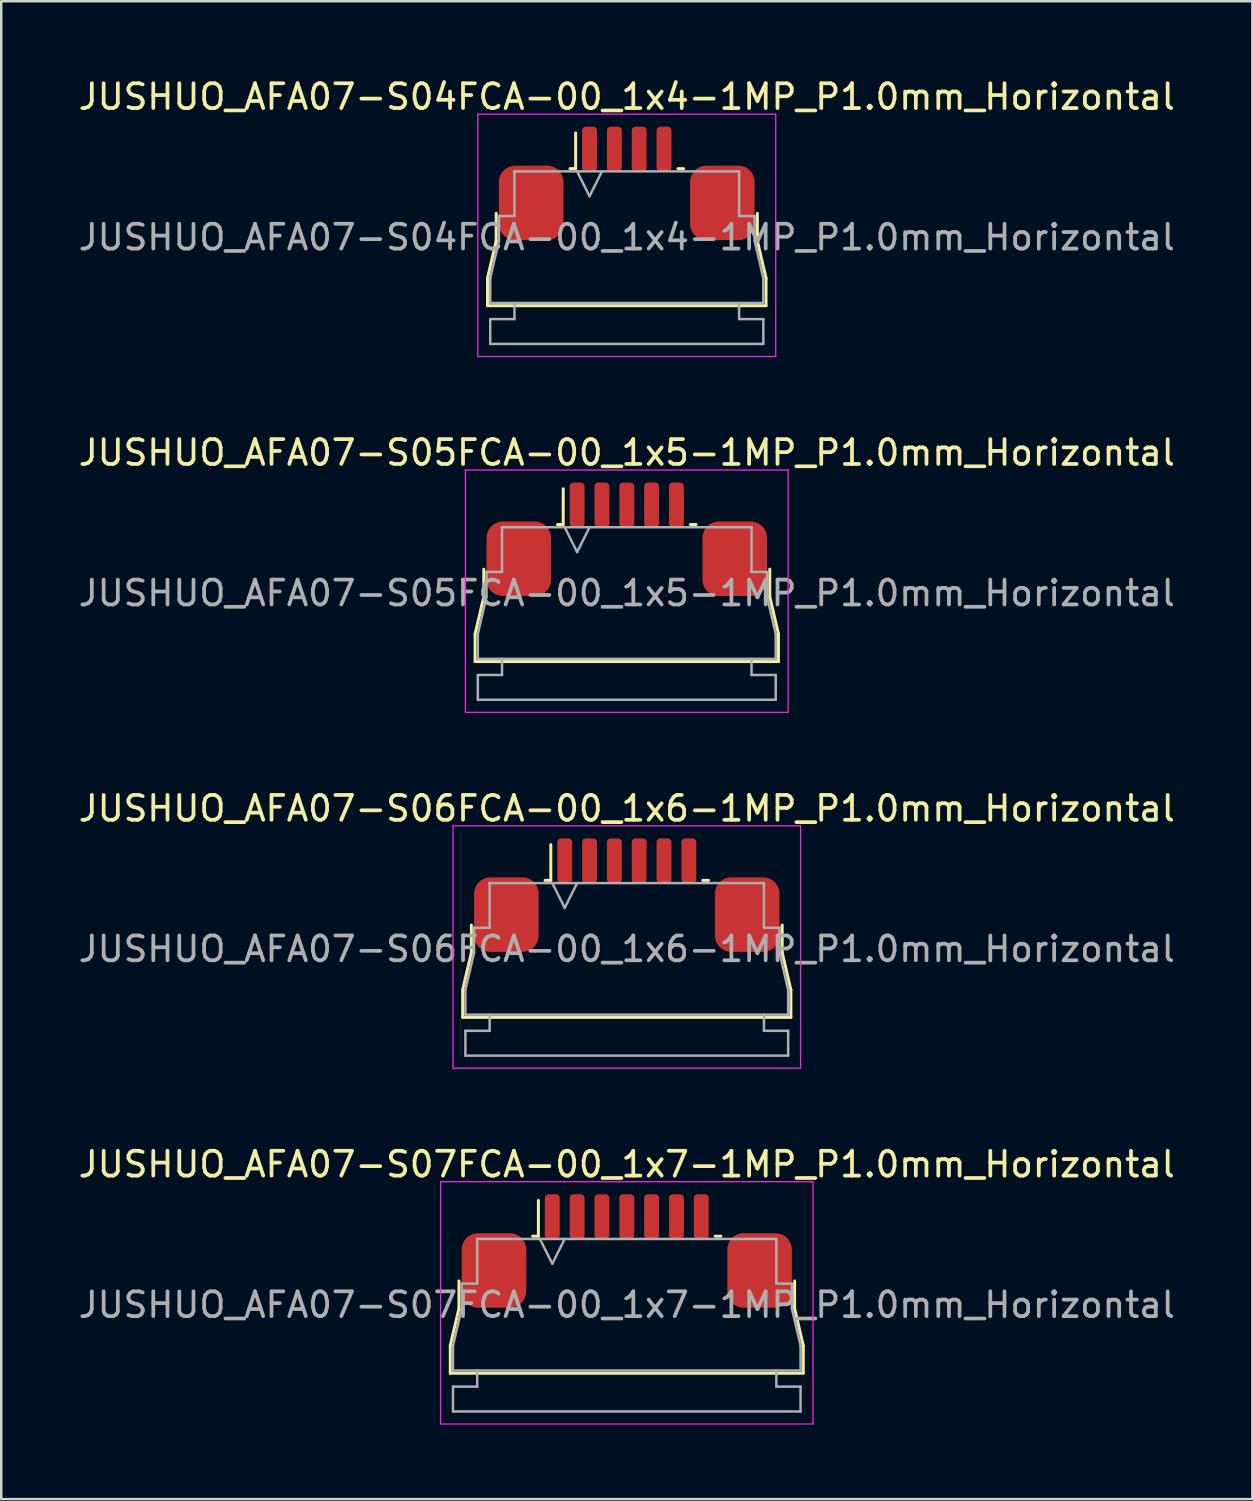
<source format=kicad_pcb>
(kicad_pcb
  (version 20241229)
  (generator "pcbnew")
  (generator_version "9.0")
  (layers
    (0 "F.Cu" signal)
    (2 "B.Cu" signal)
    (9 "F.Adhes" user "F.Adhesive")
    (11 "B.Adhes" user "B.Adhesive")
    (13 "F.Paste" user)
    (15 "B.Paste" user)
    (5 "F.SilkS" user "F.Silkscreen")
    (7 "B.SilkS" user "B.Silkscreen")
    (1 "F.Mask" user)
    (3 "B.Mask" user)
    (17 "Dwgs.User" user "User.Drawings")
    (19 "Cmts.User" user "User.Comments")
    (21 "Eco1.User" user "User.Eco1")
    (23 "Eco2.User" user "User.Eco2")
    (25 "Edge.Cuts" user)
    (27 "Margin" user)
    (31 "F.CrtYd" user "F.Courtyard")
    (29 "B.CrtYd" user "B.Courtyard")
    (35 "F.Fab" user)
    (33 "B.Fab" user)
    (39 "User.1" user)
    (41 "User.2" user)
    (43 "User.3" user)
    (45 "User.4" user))
  (footprint "JUSHUO_AFA07-S07FCA-00_1x7-1MP_P1.0mm_Horizontal"
    (layer "F.Cu")
    (at 22.196 49.328)
    (property "Reference" "JUSHUO_AFA07-S07FCA-00_1x7-1MP_P1.0mm_Horizontal" (at 0 -5.48 0) (layer "F.SilkS") (effects (font (size 1 1) (thickness 0.15))))
    (attr smd)
    (fp_line (start -7.11 1.825) (end -6.76 0.325) (stroke (width 0.12) (type solid)) (layer "F.SilkS"))
    (fp_line (start -7.11 2.935) (end -7.11 1.825) (stroke (width 0.12) (type solid)) (layer "F.SilkS"))
    (fp_line (start -6.76 0.325) (end -6.76 -0.785) (stroke (width 0.12) (type solid)) (layer "F.SilkS"))
    (fp_line (start -3.79 -2.585) (end -3.56 -2.585) (stroke (width 0.12) (type solid)) (layer "F.SilkS"))
    (fp_line (start -3.56 -2.585) (end -3.56 -4.025) (stroke (width 0.12) (type solid)) (layer "F.SilkS"))
    (fp_line (start 3.56 -2.585) (end 3.79 -2.585) (stroke (width 0.12) (type solid)) (layer "F.SilkS"))
    (fp_line (start 6.76 -0.785) (end 6.76 0.325) (stroke (width 0.12) (type solid)) (layer "F.SilkS"))
    (fp_line (start 6.76 0.325) (end 7.11 1.825) (stroke (width 0.12) (type solid)) (layer "F.SilkS"))
    (fp_line (start 7.11 1.825) (end 7.11 2.935) (stroke (width 0.12) (type solid)) (layer "F.SilkS"))
    (fp_line (start 7.11 2.935) (end -7.11 2.935) (stroke (width 0.12) (type solid)) (layer "F.SilkS"))
    (fp_line (start -7.5 -4.78) (end -7.5 4.98) (stroke (width 0.05) (type solid)) (layer "F.CrtYd"))
    (fp_line (start -7.5 4.98) (end 7.5 4.98) (stroke (width 0.05) (type solid)) (layer "F.CrtYd"))
    (fp_line (start 7.5 -4.78) (end -7.5 -4.78) (stroke (width 0.05) (type solid)) (layer "F.CrtYd"))
    (fp_line (start 7.5 4.98) (end 7.5 -4.78) (stroke (width 0.05) (type solid)) (layer "F.CrtYd"))
    (fp_line (start -7 1.825) (end -7 1.825) (stroke (width 0.1) (type solid)) (layer "F.Fab"))
    (fp_line (start -7 1.825) (end -6.65 0.325) (stroke (width 0.1) (type solid)) (layer "F.Fab"))
    (fp_line (start -7 2.825) (end -7 1.825) (stroke (width 0.1) (type solid)) (layer "F.Fab"))
    (fp_line (start -7 3.475) (end -6.025 3.475) (stroke (width 0.1) (type solid)) (layer "F.Fab"))
    (fp_line (start -7 4.475) (end -7 3.475) (stroke (width 0.1) (type solid)) (layer "F.Fab"))
    (fp_line (start -6.65 -0.675) (end -6.025 -0.675) (stroke (width 0.1) (type solid)) (layer "F.Fab"))
    (fp_line (start -6.65 0.325) (end -6.65 -0.675) (stroke (width 0.1) (type solid)) (layer "F.Fab"))
    (fp_line (start -6.025 -2.475) (end -6.025 -2.475) (stroke (width 0.1) (type solid)) (layer "F.Fab"))
    (fp_line (start -6.025 -2.475) (end 6.025 -2.475) (stroke (width 0.1) (type solid)) (layer "F.Fab"))
    (fp_line (start -6.025 -0.675) (end -6.025 -2.475) (stroke (width 0.1) (type solid)) (layer "F.Fab"))
    (fp_line (start -6.025 3.475) (end -6.025 2.825) (stroke (width 0.1) (type solid)) (layer "F.Fab"))
    (fp_line (start -3.5 -2.475) (end -3 -1.475) (stroke (width 0.1) (type solid)) (layer "F.Fab"))
    (fp_line (start -3 -1.475) (end -2.5 -2.475) (stroke (width 0.1) (type solid)) (layer "F.Fab"))
    (fp_line (start 6.025 -2.475) (end 6.025 -0.675) (stroke (width 0.1) (type solid)) (layer "F.Fab"))
    (fp_line (start 6.025 -0.675) (end 6.65 -0.675) (stroke (width 0.1) (type solid)) (layer "F.Fab"))
    (fp_line (start 6.025 2.825) (end 6.025 3.475) (stroke (width 0.1) (type solid)) (layer "F.Fab"))
    (fp_line (start 6.025 3.475) (end 7 3.475) (stroke (width 0.1) (type solid)) (layer "F.Fab"))
    (fp_line (start 6.65 -0.675) (end 6.65 0.325) (stroke (width 0.1) (type solid)) (layer "F.Fab"))
    (fp_line (start 6.65 0.325) (end 7 1.825) (stroke (width 0.1) (type solid)) (layer "F.Fab"))
    (fp_line (start 7 1.825) (end 7 2.825) (stroke (width 0.1) (type solid)) (layer "F.Fab"))
    (fp_line (start 7 2.825) (end -7 2.825) (stroke (width 0.1) (type solid)) (layer "F.Fab"))
    (fp_line (start 7 3.475) (end 7 4.475) (stroke (width 0.1) (type solid)) (layer "F.Fab"))
    (fp_line (start 7 4.475) (end -7 4.475) (stroke (width 0.1) (type solid)) (layer "F.Fab"))
    (fp_text user "${REFERENCE}" (at 0 0.18 0) (layer "F.Fab") (effects (font (size 1 1) (thickness 0.15))))
    (pad "1" smd roundrect (at -3 -3.375) (size 0.6 1.8) (layers "F.Cu" "F.Mask" "F.Paste") (roundrect_rratio 0.25))
    (pad "2" smd roundrect (at -2 -3.375) (size 0.6 1.8) (layers "F.Cu" "F.Mask" "F.Paste") (roundrect_rratio 0.25))
    (pad "3" smd roundrect (at -1 -3.375) (size 0.6 1.8) (layers "F.Cu" "F.Mask" "F.Paste") (roundrect_rratio 0.25))
    (pad "4" smd roundrect (at 0 -3.375) (size 0.6 1.8) (layers "F.Cu" "F.Mask" "F.Paste") (roundrect_rratio 0.25))
    (pad "5" smd roundrect (at 1 -3.375) (size 0.6 1.8) (layers "F.Cu" "F.Mask" "F.Paste") (roundrect_rratio 0.25))
    (pad "6" smd roundrect (at 2 -3.375) (size 0.6 1.8) (layers "F.Cu" "F.Mask" "F.Paste") (roundrect_rratio 0.25))
    (pad "7" smd roundrect (at 3 -3.375) (size 0.6 1.8) (layers "F.Cu" "F.Mask" "F.Paste") (roundrect_rratio 0.25))
    (pad "MP" smd roundrect (at -5.35 -1.205) (size 2.6 3) (layers "F.Cu" "F.Mask" "F.Paste") (roundrect_rratio 0.25))
    (pad "MP" smd roundrect (at 5.35 -1.205) (size 2.6 3) (layers "F.Cu" "F.Mask" "F.Paste") (roundrect_rratio 0.25)))
  (footprint "JUSHUO_AFA07-S05FCA-00_1x5-1MP_P1.0mm_Horizontal"
    (layer "F.Cu")
    (at 22.196 20.662)
    (property "Reference" "JUSHUO_AFA07-S05FCA-00_1x5-1MP_P1.0mm_Horizontal" (at 0 -5.48 0) (layer "F.SilkS") (effects (font (size 1 1) (thickness 0.15))))
    (attr smd)
    (fp_line (start -6.11 1.825) (end -5.76 0.325) (stroke (width 0.12) (type solid)) (layer "F.SilkS"))
    (fp_line (start -6.11 2.935) (end -6.11 1.825) (stroke (width 0.12) (type solid)) (layer "F.SilkS"))
    (fp_line (start -5.76 0.325) (end -5.76 -0.785) (stroke (width 0.12) (type solid)) (layer "F.SilkS"))
    (fp_line (start -2.79 -2.585) (end -2.56 -2.585) (stroke (width 0.12) (type solid)) (layer "F.SilkS"))
    (fp_line (start -2.56 -2.585) (end -2.56 -4.025) (stroke (width 0.12) (type solid)) (layer "F.SilkS"))
    (fp_line (start 2.56 -2.585) (end 2.79 -2.585) (stroke (width 0.12) (type solid)) (layer "F.SilkS"))
    (fp_line (start 5.76 -0.785) (end 5.76 0.325) (stroke (width 0.12) (type solid)) (layer "F.SilkS"))
    (fp_line (start 5.76 0.325) (end 6.11 1.825) (stroke (width 0.12) (type solid)) (layer "F.SilkS"))
    (fp_line (start 6.11 1.825) (end 6.11 2.935) (stroke (width 0.12) (type solid)) (layer "F.SilkS"))
    (fp_line (start 6.11 2.935) (end -6.11 2.935) (stroke (width 0.12) (type solid)) (layer "F.SilkS"))
    (fp_line (start -6.5 -4.78) (end -6.5 4.98) (stroke (width 0.05) (type solid)) (layer "F.CrtYd"))
    (fp_line (start -6.5 4.98) (end 6.5 4.98) (stroke (width 0.05) (type solid)) (layer "F.CrtYd"))
    (fp_line (start 6.5 -4.78) (end -6.5 -4.78) (stroke (width 0.05) (type solid)) (layer "F.CrtYd"))
    (fp_line (start 6.5 4.98) (end 6.5 -4.78) (stroke (width 0.05) (type solid)) (layer "F.CrtYd"))
    (fp_line (start -6 1.825) (end -6 1.825) (stroke (width 0.1) (type solid)) (layer "F.Fab"))
    (fp_line (start -6 1.825) (end -5.65 0.325) (stroke (width 0.1) (type solid)) (layer "F.Fab"))
    (fp_line (start -6 2.825) (end -6 1.825) (stroke (width 0.1) (type solid)) (layer "F.Fab"))
    (fp_line (start -6 3.475) (end -5.025 3.475) (stroke (width 0.1) (type solid)) (layer "F.Fab"))
    (fp_line (start -6 4.475) (end -6 3.475) (stroke (width 0.1) (type solid)) (layer "F.Fab"))
    (fp_line (start -5.65 -0.675) (end -5.025 -0.675) (stroke (width 0.1) (type solid)) (layer "F.Fab"))
    (fp_line (start -5.65 0.325) (end -5.65 -0.675) (stroke (width 0.1) (type solid)) (layer "F.Fab"))
    (fp_line (start -5.025 -2.475) (end -5.025 -2.475) (stroke (width 0.1) (type solid)) (layer "F.Fab"))
    (fp_line (start -5.025 -2.475) (end 5.025 -2.475) (stroke (width 0.1) (type solid)) (layer "F.Fab"))
    (fp_line (start -5.025 -0.675) (end -5.025 -2.475) (stroke (width 0.1) (type solid)) (layer "F.Fab"))
    (fp_line (start -5.025 3.475) (end -5.025 2.825) (stroke (width 0.1) (type solid)) (layer "F.Fab"))
    (fp_line (start -2.5 -2.475) (end -2 -1.475) (stroke (width 0.1) (type solid)) (layer "F.Fab"))
    (fp_line (start -2 -1.475) (end -1.5 -2.475) (stroke (width 0.1) (type solid)) (layer "F.Fab"))
    (fp_line (start 5.025 -2.475) (end 5.025 -0.675) (stroke (width 0.1) (type solid)) (layer "F.Fab"))
    (fp_line (start 5.025 -0.675) (end 5.65 -0.675) (stroke (width 0.1) (type solid)) (layer "F.Fab"))
    (fp_line (start 5.025 2.825) (end 5.025 3.475) (stroke (width 0.1) (type solid)) (layer "F.Fab"))
    (fp_line (start 5.025 3.475) (end 6 3.475) (stroke (width 0.1) (type solid)) (layer "F.Fab"))
    (fp_line (start 5.65 -0.675) (end 5.65 0.325) (stroke (width 0.1) (type solid)) (layer "F.Fab"))
    (fp_line (start 5.65 0.325) (end 6 1.825) (stroke (width 0.1) (type solid)) (layer "F.Fab"))
    (fp_line (start 6 1.825) (end 6 2.825) (stroke (width 0.1) (type solid)) (layer "F.Fab"))
    (fp_line (start 6 2.825) (end -6 2.825) (stroke (width 0.1) (type solid)) (layer "F.Fab"))
    (fp_line (start 6 3.475) (end 6 4.475) (stroke (width 0.1) (type solid)) (layer "F.Fab"))
    (fp_line (start 6 4.475) (end -6 4.475) (stroke (width 0.1) (type solid)) (layer "F.Fab"))
    (fp_text user "${REFERENCE}" (at 0 0.18 0) (layer "F.Fab") (effects (font (size 1 1) (thickness 0.15))))
    (pad "1" smd roundrect (at -2 -3.375) (size 0.6 1.8) (layers "F.Cu" "F.Mask" "F.Paste") (roundrect_rratio 0.25))
    (pad "2" smd roundrect (at -1 -3.375) (size 0.6 1.8) (layers "F.Cu" "F.Mask" "F.Paste") (roundrect_rratio 0.25))
    (pad "3" smd roundrect (at 0 -3.375) (size 0.6 1.8) (layers "F.Cu" "F.Mask" "F.Paste") (roundrect_rratio 0.25))
    (pad "4" smd roundrect (at 1 -3.375) (size 0.6 1.8) (layers "F.Cu" "F.Mask" "F.Paste") (roundrect_rratio 0.25))
    (pad "5" smd roundrect (at 2 -3.375) (size 0.6 1.8) (layers "F.Cu" "F.Mask" "F.Paste") (roundrect_rratio 0.25))
    (pad "MP" smd roundrect (at -4.35 -1.205) (size 2.6 3) (layers "F.Cu" "F.Mask" "F.Paste") (roundrect_rratio 0.25))
    (pad "MP" smd roundrect (at 4.35 -1.205) (size 2.6 3) (layers "F.Cu" "F.Mask" "F.Paste") (roundrect_rratio 0.25)))
  (footprint "JUSHUO_AFA07-S06FCA-00_1x6-1MP_P1.0mm_Horizontal"
    (layer "F.Cu")
    (at 22.196 34.995)
    (property "Reference" "JUSHUO_AFA07-S06FCA-00_1x6-1MP_P1.0mm_Horizontal" (at 0 -5.48 0) (layer "F.SilkS") (effects (font (size 1 1) (thickness 0.15))))
    (attr smd)
    (fp_line (start -6.61 1.825) (end -6.26 0.325) (stroke (width 0.12) (type solid)) (layer "F.SilkS"))
    (fp_line (start -6.61 2.935) (end -6.61 1.825) (stroke (width 0.12) (type solid)) (layer "F.SilkS"))
    (fp_line (start -6.26 0.325) (end -6.26 -0.785) (stroke (width 0.12) (type solid)) (layer "F.SilkS"))
    (fp_line (start -3.29 -2.585) (end -3.06 -2.585) (stroke (width 0.12) (type solid)) (layer "F.SilkS"))
    (fp_line (start -3.06 -2.585) (end -3.06 -4.025) (stroke (width 0.12) (type solid)) (layer "F.SilkS"))
    (fp_line (start 3.06 -2.585) (end 3.29 -2.585) (stroke (width 0.12) (type solid)) (layer "F.SilkS"))
    (fp_line (start 6.26 -0.785) (end 6.26 0.325) (stroke (width 0.12) (type solid)) (layer "F.SilkS"))
    (fp_line (start 6.26 0.325) (end 6.61 1.825) (stroke (width 0.12) (type solid)) (layer "F.SilkS"))
    (fp_line (start 6.61 1.825) (end 6.61 2.935) (stroke (width 0.12) (type solid)) (layer "F.SilkS"))
    (fp_line (start 6.61 2.935) (end -6.61 2.935) (stroke (width 0.12) (type solid)) (layer "F.SilkS"))
    (fp_line (start -7 -4.78) (end -7 4.98) (stroke (width 0.05) (type solid)) (layer "F.CrtYd"))
    (fp_line (start -7 4.98) (end 7 4.98) (stroke (width 0.05) (type solid)) (layer "F.CrtYd"))
    (fp_line (start 7 -4.78) (end -7 -4.78) (stroke (width 0.05) (type solid)) (layer "F.CrtYd"))
    (fp_line (start 7 4.98) (end 7 -4.78) (stroke (width 0.05) (type solid)) (layer "F.CrtYd"))
    (fp_line (start -6.5 1.825) (end -6.5 1.825) (stroke (width 0.1) (type solid)) (layer "F.Fab"))
    (fp_line (start -6.5 1.825) (end -6.15 0.325) (stroke (width 0.1) (type solid)) (layer "F.Fab"))
    (fp_line (start -6.5 2.825) (end -6.5 1.825) (stroke (width 0.1) (type solid)) (layer "F.Fab"))
    (fp_line (start -6.5 3.475) (end -5.525 3.475) (stroke (width 0.1) (type solid)) (layer "F.Fab"))
    (fp_line (start -6.5 4.475) (end -6.5 3.475) (stroke (width 0.1) (type solid)) (layer "F.Fab"))
    (fp_line (start -6.15 -0.675) (end -5.525 -0.675) (stroke (width 0.1) (type solid)) (layer "F.Fab"))
    (fp_line (start -6.15 0.325) (end -6.15 -0.675) (stroke (width 0.1) (type solid)) (layer "F.Fab"))
    (fp_line (start -5.525 -2.475) (end -5.525 -2.475) (stroke (width 0.1) (type solid)) (layer "F.Fab"))
    (fp_line (start -5.525 -2.475) (end 5.525 -2.475) (stroke (width 0.1) (type solid)) (layer "F.Fab"))
    (fp_line (start -5.525 -0.675) (end -5.525 -2.475) (stroke (width 0.1) (type solid)) (layer "F.Fab"))
    (fp_line (start -5.525 3.475) (end -5.525 2.825) (stroke (width 0.1) (type solid)) (layer "F.Fab"))
    (fp_line (start -3 -2.475) (end -2.5 -1.475) (stroke (width 0.1) (type solid)) (layer "F.Fab"))
    (fp_line (start -2.5 -1.475) (end -2 -2.475) (stroke (width 0.1) (type solid)) (layer "F.Fab"))
    (fp_line (start 5.525 -2.475) (end 5.525 -0.675) (stroke (width 0.1) (type solid)) (layer "F.Fab"))
    (fp_line (start 5.525 -0.675) (end 6.15 -0.675) (stroke (width 0.1) (type solid)) (layer "F.Fab"))
    (fp_line (start 5.525 2.825) (end 5.525 3.475) (stroke (width 0.1) (type solid)) (layer "F.Fab"))
    (fp_line (start 5.525 3.475) (end 6.5 3.475) (stroke (width 0.1) (type solid)) (layer "F.Fab"))
    (fp_line (start 6.15 -0.675) (end 6.15 0.325) (stroke (width 0.1) (type solid)) (layer "F.Fab"))
    (fp_line (start 6.15 0.325) (end 6.5 1.825) (stroke (width 0.1) (type solid)) (layer "F.Fab"))
    (fp_line (start 6.5 1.825) (end 6.5 2.825) (stroke (width 0.1) (type solid)) (layer "F.Fab"))
    (fp_line (start 6.5 2.825) (end -6.5 2.825) (stroke (width 0.1) (type solid)) (layer "F.Fab"))
    (fp_line (start 6.5 3.475) (end 6.5 4.475) (stroke (width 0.1) (type solid)) (layer "F.Fab"))
    (fp_line (start 6.5 4.475) (end -6.5 4.475) (stroke (width 0.1) (type solid)) (layer "F.Fab"))
    (fp_text user "${REFERENCE}" (at 0 0.18 0) (layer "F.Fab") (effects (font (size 1 1) (thickness 0.15))))
    (pad "1" smd roundrect (at -2.5 -3.375) (size 0.6 1.8) (layers "F.Cu" "F.Mask" "F.Paste") (roundrect_rratio 0.25))
    (pad "2" smd roundrect (at -1.5 -3.375) (size 0.6 1.8) (layers "F.Cu" "F.Mask" "F.Paste") (roundrect_rratio 0.25))
    (pad "3" smd roundrect (at -0.5 -3.375) (size 0.6 1.8) (layers "F.Cu" "F.Mask" "F.Paste") (roundrect_rratio 0.25))
    (pad "4" smd roundrect (at 0.5 -3.375) (size 0.6 1.8) (layers "F.Cu" "F.Mask" "F.Paste") (roundrect_rratio 0.25))
    (pad "5" smd roundrect (at 1.5 -3.375) (size 0.6 1.8) (layers "F.Cu" "F.Mask" "F.Paste") (roundrect_rratio 0.25))
    (pad "6" smd roundrect (at 2.5 -3.375) (size 0.6 1.8) (layers "F.Cu" "F.Mask" "F.Paste") (roundrect_rratio 0.25))
    (pad "MP" smd roundrect (at -4.85 -1.205) (size 2.6 3) (layers "F.Cu" "F.Mask" "F.Paste") (roundrect_rratio 0.25))
    (pad "MP" smd roundrect (at 4.85 -1.205) (size 2.6 3) (layers "F.Cu" "F.Mask" "F.Paste") (roundrect_rratio 0.25)))
  (footprint "JUSHUO_AFA07-S04FCA-00_1x4-1MP_P1.0mm_Horizontal"
    (layer "F.Cu")
    (at 22.196 6.328)
    (property "Reference" "JUSHUO_AFA07-S04FCA-00_1x4-1MP_P1.0mm_Horizontal" (at 0 -5.48 0) (layer "F.SilkS") (effects (font (size 1 1) (thickness 0.15))))
    (attr smd)
    (fp_line (start -5.61 1.825) (end -5.26 0.325) (stroke (width 0.12) (type solid)) (layer "F.SilkS"))
    (fp_line (start -5.61 2.935) (end -5.61 1.825) (stroke (width 0.12) (type solid)) (layer "F.SilkS"))
    (fp_line (start -5.26 0.325) (end -5.26 -0.785) (stroke (width 0.12) (type solid)) (layer "F.SilkS"))
    (fp_line (start -2.29 -2.585) (end -2.06 -2.585) (stroke (width 0.12) (type solid)) (layer "F.SilkS"))
    (fp_line (start -2.06 -2.585) (end -2.06 -4.025) (stroke (width 0.12) (type solid)) (layer "F.SilkS"))
    (fp_line (start 2.06 -2.585) (end 2.29 -2.585) (stroke (width 0.12) (type solid)) (layer "F.SilkS"))
    (fp_line (start 5.26 -0.785) (end 5.26 0.325) (stroke (width 0.12) (type solid)) (layer "F.SilkS"))
    (fp_line (start 5.26 0.325) (end 5.61 1.825) (stroke (width 0.12) (type solid)) (layer "F.SilkS"))
    (fp_line (start 5.61 1.825) (end 5.61 2.935) (stroke (width 0.12) (type solid)) (layer "F.SilkS"))
    (fp_line (start 5.61 2.935) (end -5.61 2.935) (stroke (width 0.12) (type solid)) (layer "F.SilkS"))
    (fp_line (start -6 -4.78) (end -6 4.98) (stroke (width 0.05) (type solid)) (layer "F.CrtYd"))
    (fp_line (start -6 4.98) (end 6 4.98) (stroke (width 0.05) (type solid)) (layer "F.CrtYd"))
    (fp_line (start 6 -4.78) (end -6 -4.78) (stroke (width 0.05) (type solid)) (layer "F.CrtYd"))
    (fp_line (start 6 4.98) (end 6 -4.78) (stroke (width 0.05) (type solid)) (layer "F.CrtYd"))
    (fp_line (start -5.5 1.825) (end -5.5 1.825) (stroke (width 0.1) (type solid)) (layer "F.Fab"))
    (fp_line (start -5.5 1.825) (end -5.15 0.325) (stroke (width 0.1) (type solid)) (layer "F.Fab"))
    (fp_line (start -5.5 2.825) (end -5.5 1.825) (stroke (width 0.1) (type solid)) (layer "F.Fab"))
    (fp_line (start -5.5 3.475) (end -4.525 3.475) (stroke (width 0.1) (type solid)) (layer "F.Fab"))
    (fp_line (start -5.5 4.475) (end -5.5 3.475) (stroke (width 0.1) (type solid)) (layer "F.Fab"))
    (fp_line (start -5.15 -0.675) (end -4.525 -0.675) (stroke (width 0.1) (type solid)) (layer "F.Fab"))
    (fp_line (start -5.15 0.325) (end -5.15 -0.675) (stroke (width 0.1) (type solid)) (layer "F.Fab"))
    (fp_line (start -4.525 -2.475) (end -4.525 -2.475) (stroke (width 0.1) (type solid)) (layer "F.Fab"))
    (fp_line (start -4.525 -2.475) (end 4.525 -2.475) (stroke (width 0.1) (type solid)) (layer "F.Fab"))
    (fp_line (start -4.525 -0.675) (end -4.525 -2.475) (stroke (width 0.1) (type solid)) (layer "F.Fab"))
    (fp_line (start -4.525 3.475) (end -4.525 2.825) (stroke (width 0.1) (type solid)) (layer "F.Fab"))
    (fp_line (start -2 -2.475) (end -1.5 -1.475) (stroke (width 0.1) (type solid)) (layer "F.Fab"))
    (fp_line (start -1.5 -1.475) (end -1 -2.475) (stroke (width 0.1) (type solid)) (layer "F.Fab"))
    (fp_line (start 4.525 -2.475) (end 4.525 -0.675) (stroke (width 0.1) (type solid)) (layer "F.Fab"))
    (fp_line (start 4.525 -0.675) (end 5.15 -0.675) (stroke (width 0.1) (type solid)) (layer "F.Fab"))
    (fp_line (start 4.525 2.825) (end 4.525 3.475) (stroke (width 0.1) (type solid)) (layer "F.Fab"))
    (fp_line (start 4.525 3.475) (end 5.5 3.475) (stroke (width 0.1) (type solid)) (layer "F.Fab"))
    (fp_line (start 5.15 -0.675) (end 5.15 0.325) (stroke (width 0.1) (type solid)) (layer "F.Fab"))
    (fp_line (start 5.15 0.325) (end 5.5 1.825) (stroke (width 0.1) (type solid)) (layer "F.Fab"))
    (fp_line (start 5.5 1.825) (end 5.5 2.825) (stroke (width 0.1) (type solid)) (layer "F.Fab"))
    (fp_line (start 5.5 2.825) (end -5.5 2.825) (stroke (width 0.1) (type solid)) (layer "F.Fab"))
    (fp_line (start 5.5 3.475) (end 5.5 4.475) (stroke (width 0.1) (type solid)) (layer "F.Fab"))
    (fp_line (start 5.5 4.475) (end -5.5 4.475) (stroke (width 0.1) (type solid)) (layer "F.Fab"))
    (fp_text user "${REFERENCE}" (at 0 0.18 0) (layer "F.Fab") (effects (font (size 1 1) (thickness 0.15))))
    (pad "1" smd roundrect (at -1.5 -3.375) (size 0.6 1.8) (layers "F.Cu" "F.Mask" "F.Paste") (roundrect_rratio 0.25))
    (pad "2" smd roundrect (at -0.5 -3.375) (size 0.6 1.8) (layers "F.Cu" "F.Mask" "F.Paste") (roundrect_rratio 0.25))
    (pad "3" smd roundrect (at 0.5 -3.375) (size 0.6 1.8) (layers "F.Cu" "F.Mask" "F.Paste") (roundrect_rratio 0.25))
    (pad "4" smd roundrect (at 1.5 -3.375) (size 0.6 1.8) (layers "F.Cu" "F.Mask" "F.Paste") (roundrect_rratio 0.25))
    (pad "MP" smd roundrect (at -3.85 -1.205) (size 2.6 3) (layers "F.Cu" "F.Mask" "F.Paste") (roundrect_rratio 0.25))
    (pad "MP" smd roundrect (at 3.85 -1.205) (size 2.6 3) (layers "F.Cu" "F.Mask" "F.Paste") (roundrect_rratio 0.25)))
  (gr_rect
    (start -3 -3)
    (end 47.393 57.333)
    (stroke (width 0.1) (type default))
    (fill no)
    (layer "Edge.Cuts")))
</source>
